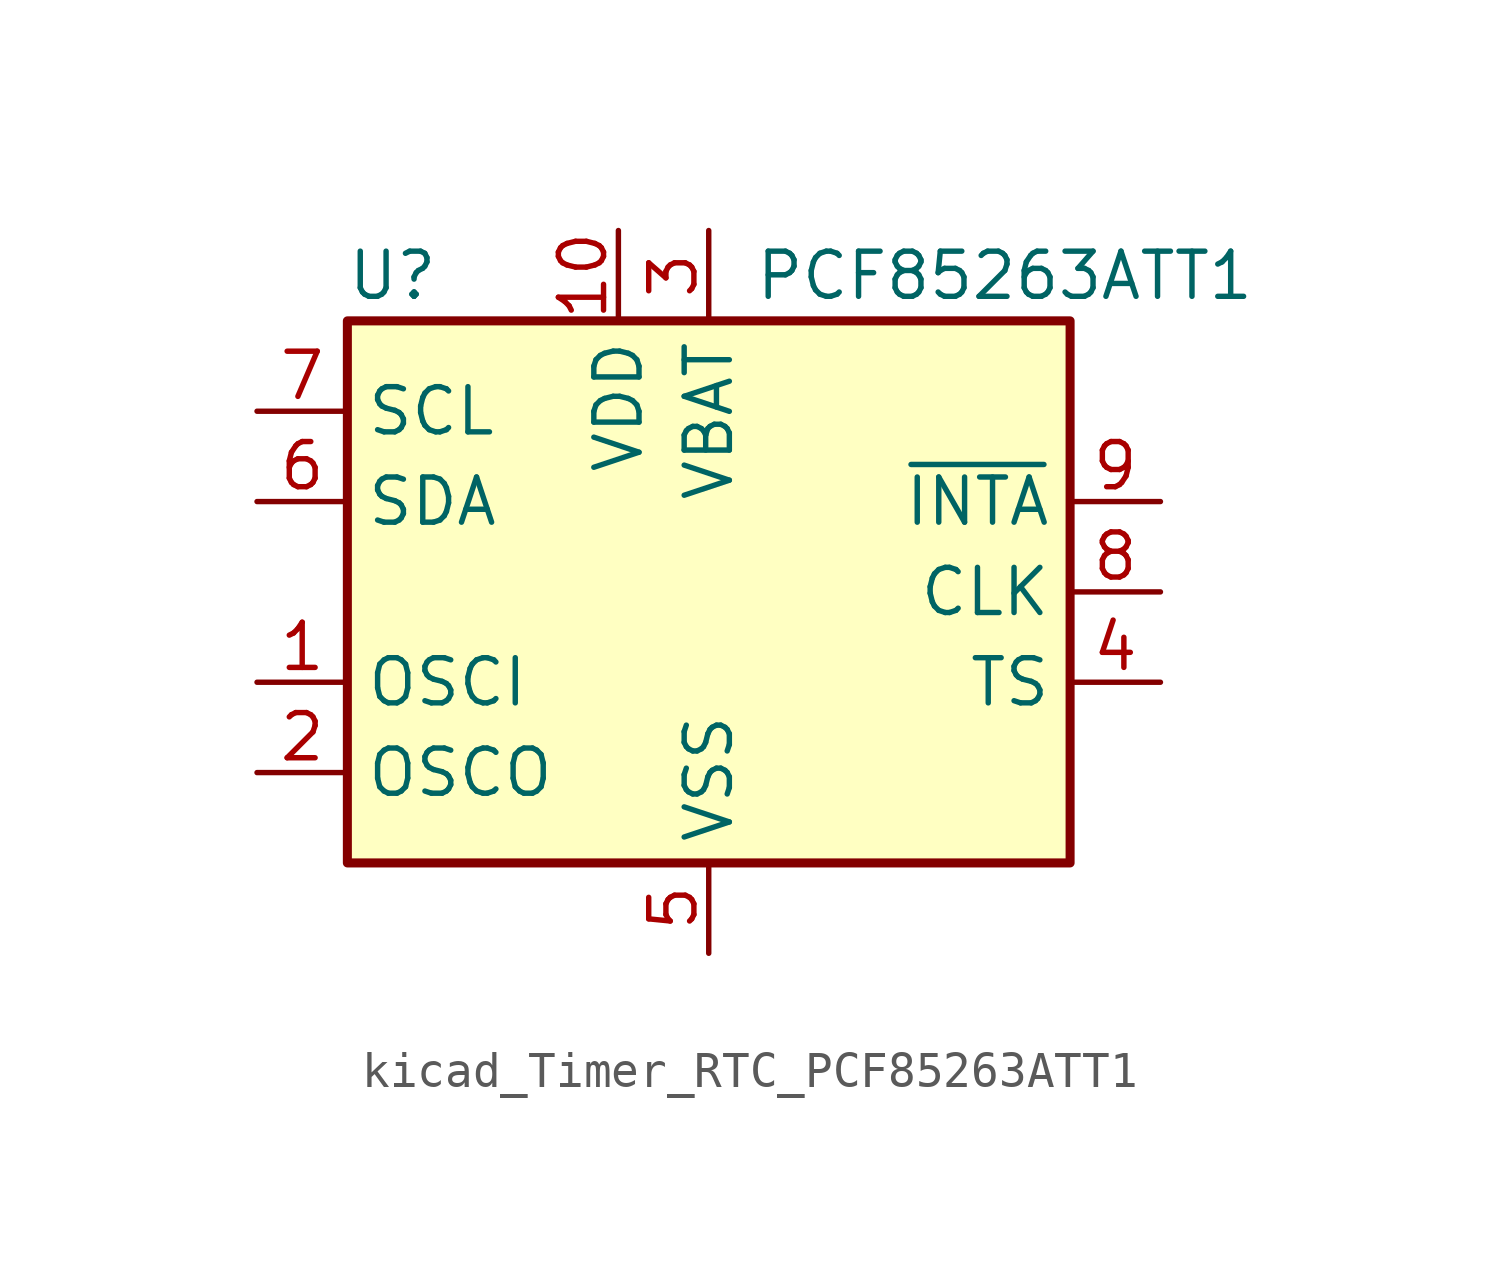
<source format=kicad_sym>
(kicad_symbol_lib
  (version 20220914)
  (generator kicad_symbol_editor)
  (symbol "kicad_Timer_RTC_PCF85263ATT1"
    (property "Reference" "U"
      (at -8.89 8.89 0)
      (effects (font (size 1.27 1.27))))
    (property "Value" "PCF85263ATT1"
      (at 1.27 8.89 0)
      (effects (font (size 1.27 1.27)) (justify left)))
    (symbol "kicad_Timer_RTC_PCF85263ATT1_0_1"
      (rectangle (start -10.16 7.62) (end 10.16 -7.62) (stroke (width 0.254) (type default)) (fill (type background))))
    (symbol "kicad_Timer_RTC_PCF85263ATT1_1_1"
      (pin input line (at -12.7 -2.54 0) (length 2.54) (name "OSCI" (effects (font (size 1.27 1.27)))) (number "1" (effects (font (size 1.27 1.27)))))
      (pin power_in line (at -2.54 10.16 270) (length 2.54) (name "VDD" (effects (font (size 1.27 1.27)))) (number "10" (effects (font (size 1.27 1.27)))))
      (pin output line (at -12.7 -5.08 0) (length 2.54) (name "OSCO" (effects (font (size 1.27 1.27)))) (number "2" (effects (font (size 1.27 1.27)))))
      (pin power_in line (at 0 10.16 270) (length 2.54) (name "VBAT" (effects (font (size 1.27 1.27)))) (number "3" (effects (font (size 1.27 1.27)))))
      (pin bidirectional line (at 12.7 -2.54 180) (length 2.54) (name "TS" (effects (font (size 1.27 1.27)))) (number "4" (effects (font (size 1.27 1.27)))))
      (pin power_in line (at 0 -10.16 90) (length 2.54) (name "VSS" (effects (font (size 1.27 1.27)))) (number "5" (effects (font (size 1.27 1.27)))))
      (pin bidirectional line (at -12.7 2.54 0) (length 2.54) (name "SDA" (effects (font (size 1.27 1.27)))) (number "6" (effects (font (size 1.27 1.27)))))
      (pin input line (at -12.7 5.08 0) (length 2.54) (name "SCL" (effects (font (size 1.27 1.27)))) (number "7" (effects (font (size 1.27 1.27)))))
      (pin output line (at 12.7 0 180) (length 2.54) (name "CLK" (effects (font (size 1.27 1.27)))) (number "8" (effects (font (size 1.27 1.27)))))
      (pin open_collector line (at 12.7 2.54 180) (length 2.54) (name "~{INTA}" (effects (font (size 1.27 1.27)))) (number "9" (effects (font (size 1.27 1.27))))))))
</source>
